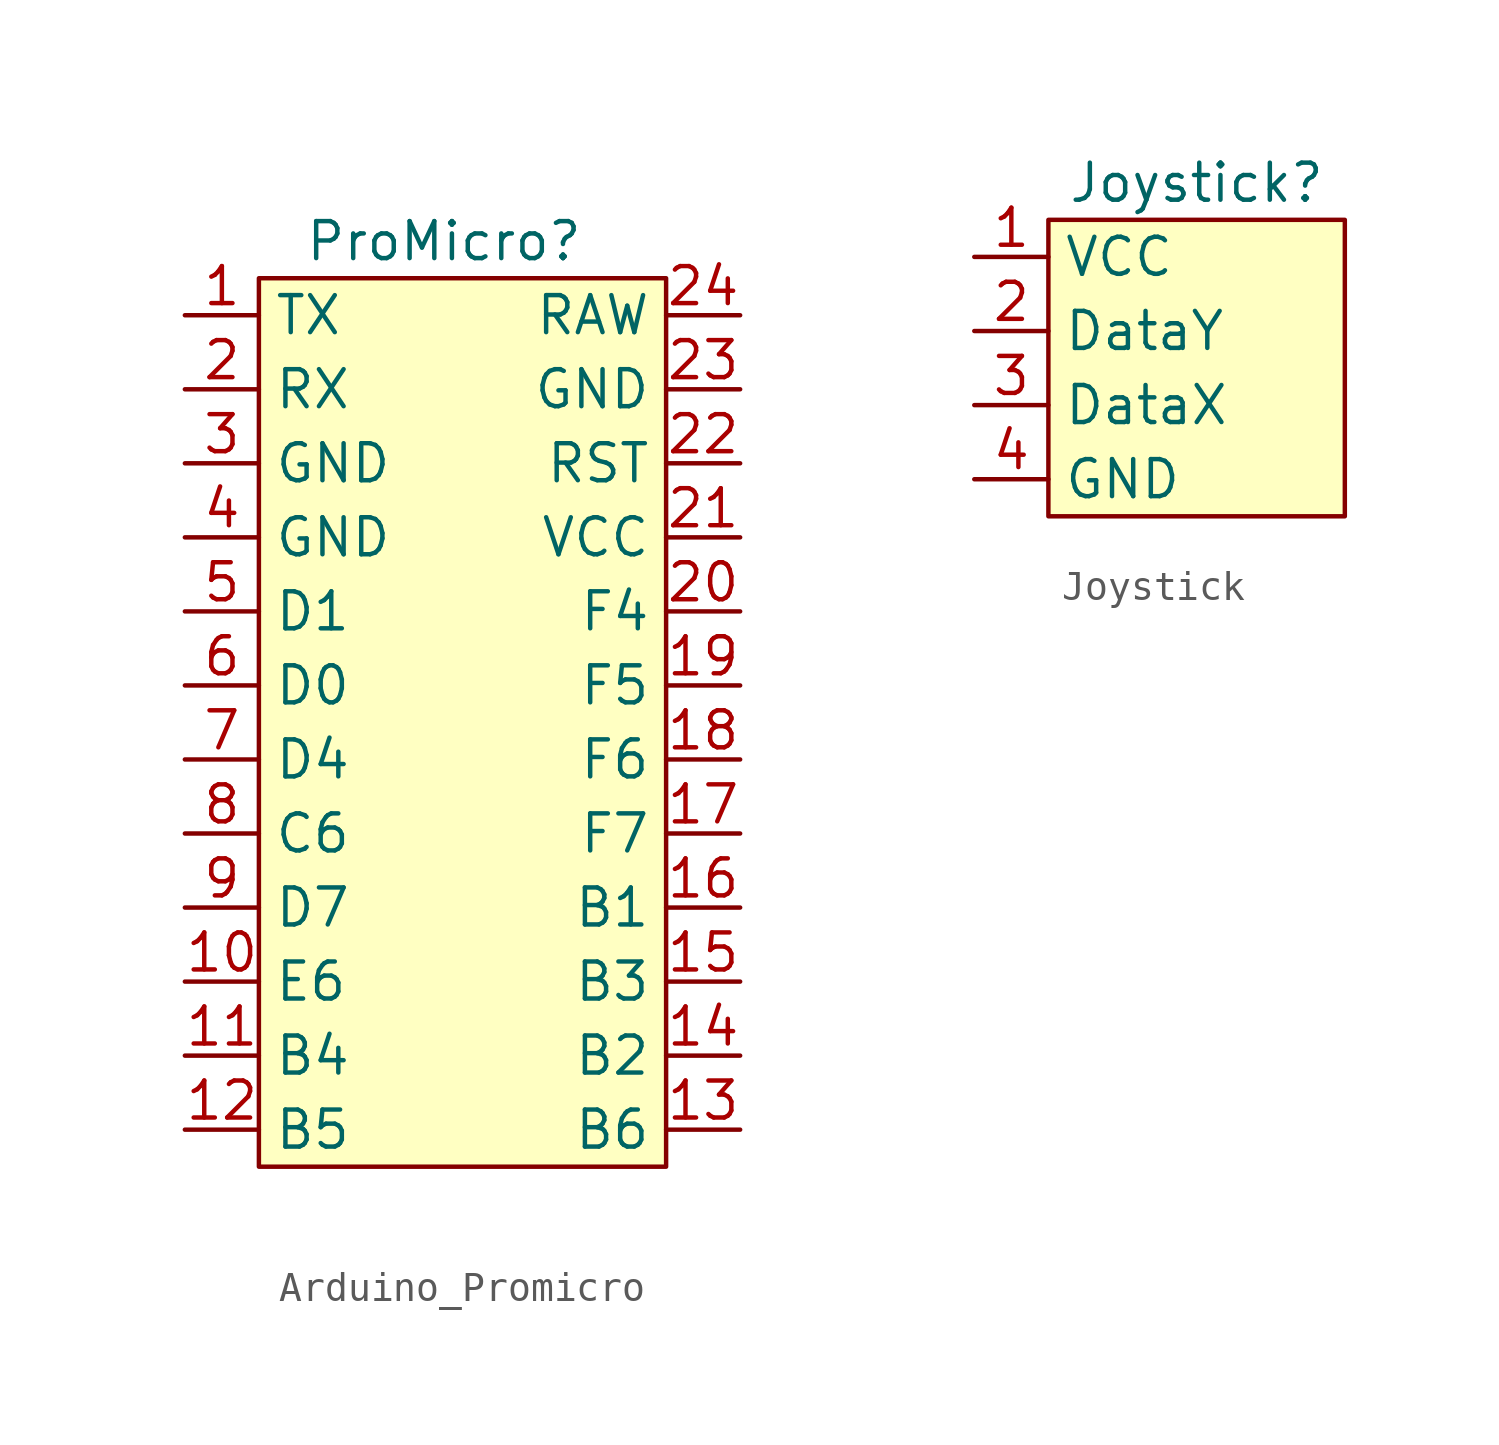
<source format=kicad_sym>
(kicad_symbol_lib
  (version 20231120)
  (generator "kicad_symbol_editor")
  (generator_version "8.0")
  (symbol "Arduino_Promicro"
    (property "Reference" "ProMicro"
      (at 6.35 31.75 0)
      (effects (font (size 1.27 1.27))))
    (property "Value" ""
      (at 0 3.81 0)
      (effects (font (size 1.27 1.27))))
    (symbol "Arduino_Promicro_0_1"
      (rectangle (start 0 30.48) (end 13.97 0) (stroke (width 0) (type default)) (fill (type background))))
    (symbol "Arduino_Promicro_1_1"
      (pin bidirectional line (at -2.54 29.21 0) (length 2.54) (name "TX" (effects (font (size 1.27 1.27)))) (number "1" (effects (font (size 1.27 1.27)))))
      (pin bidirectional line (at -2.54 6.35 0) (length 2.54) (name "E6" (effects (font (size 1.27 1.27)))) (number "10" (effects (font (size 1.27 1.27)))))
      (pin bidirectional line (at -2.54 3.81 0) (length 2.54) (name "B4" (effects (font (size 1.27 1.27)))) (number "11" (effects (font (size 1.27 1.27)))))
      (pin bidirectional line (at -2.54 1.27 0) (length 2.54) (name "B5" (effects (font (size 1.27 1.27)))) (number "12" (effects (font (size 1.27 1.27)))))
      (pin bidirectional line (at 16.51 1.27 180) (length 2.54) (name "B6" (effects (font (size 1.27 1.27)))) (number "13" (effects (font (size 1.27 1.27)))))
      (pin bidirectional line (at 16.51 3.81 180) (length 2.54) (name "B2" (effects (font (size 1.27 1.27)))) (number "14" (effects (font (size 1.27 1.27)))))
      (pin bidirectional line (at 16.51 6.35 180) (length 2.54) (name "B3" (effects (font (size 1.27 1.27)))) (number "15" (effects (font (size 1.27 1.27)))))
      (pin bidirectional line (at 16.51 8.89 180) (length 2.54) (name "B1" (effects (font (size 1.27 1.27)))) (number "16" (effects (font (size 1.27 1.27)))))
      (pin bidirectional line (at 16.51 11.43 180) (length 2.54) (name "F7" (effects (font (size 1.27 1.27)))) (number "17" (effects (font (size 1.27 1.27)))))
      (pin bidirectional line (at 16.51 13.97 180) (length 2.54) (name "F6" (effects (font (size 1.27 1.27)))) (number "18" (effects (font (size 1.27 1.27)))))
      (pin bidirectional line (at 16.51 16.51 180) (length 2.54) (name "F5" (effects (font (size 1.27 1.27)))) (number "19" (effects (font (size 1.27 1.27)))))
      (pin bidirectional line (at -2.54 26.67 0) (length 2.54) (name "RX" (effects (font (size 1.27 1.27)))) (number "2" (effects (font (size 1.27 1.27)))))
      (pin bidirectional line (at 16.51 19.05 180) (length 2.54) (name "F4" (effects (font (size 1.27 1.27)))) (number "20" (effects (font (size 1.27 1.27)))))
      (pin power_in line (at 16.51 21.59 180) (length 2.54) (name "VCC" (effects (font (size 1.27 1.27)))) (number "21" (effects (font (size 1.27 1.27)))))
      (pin bidirectional line (at 16.51 24.13 180) (length 2.54) (name "RST" (effects (font (size 1.27 1.27)))) (number "22" (effects (font (size 1.27 1.27)))))
      (pin bidirectional line (at 16.51 26.67 180) (length 2.54) (name "GND" (effects (font (size 1.27 1.27)))) (number "23" (effects (font (size 1.27 1.27)))))
      (pin bidirectional line (at 16.51 29.21 180) (length 2.54) (name "RAW" (effects (font (size 1.27 1.27)))) (number "24" (effects (font (size 1.27 1.27)))))
      (pin bidirectional line (at -2.54 24.13 0) (length 2.54) (name "GND" (effects (font (size 1.27 1.27)))) (number "3" (effects (font (size 1.27 1.27)))))
      (pin bidirectional line (at -2.54 21.59 0) (length 2.54) (name "GND" (effects (font (size 1.27 1.27)))) (number "4" (effects (font (size 1.27 1.27)))))
      (pin bidirectional line (at -2.54 19.05 0) (length 2.54) (name "D1" (effects (font (size 1.27 1.27)))) (number "5" (effects (font (size 1.27 1.27)))))
      (pin bidirectional line (at -2.54 16.51 0) (length 2.54) (name "D0" (effects (font (size 1.27 1.27)))) (number "6" (effects (font (size 1.27 1.27)))))
      (pin bidirectional line (at -2.54 13.97 0) (length 2.54) (name "D4" (effects (font (size 1.27 1.27)))) (number "7" (effects (font (size 1.27 1.27)))))
      (pin bidirectional line (at -2.54 11.43 0) (length 2.54) (name "C6" (effects (font (size 1.27 1.27)))) (number "8" (effects (font (size 1.27 1.27)))))
      (pin bidirectional line (at -2.54 8.89 0) (length 2.54) (name "D7" (effects (font (size 1.27 1.27)))) (number "9" (effects (font (size 1.27 1.27)))))))
  (symbol "Joystick"
    (property "Reference" "Joystick"
      (at 5.08 11.43 0)
      (effects (font (size 1.27 1.27))))
    (property "Value" ""
      (at 0 0 0)
      (effects (font (size 1.27 1.27))))
    (symbol "Joystick_1_1"
      (rectangle (start 0 10.16) (end 10.16 0) (stroke (width 0) (type solid)) (fill (type background)))
      (pin power_in line (at -2.54 8.89 0) (length 2.54) (name "VCC" (effects (font (size 1.27 1.27)))) (number "1" (effects (font (size 1.27 1.27)))))
      (pin output line (at -2.54 6.35 0) (length 2.54) (name "DataY" (effects (font (size 1.27 1.27)))) (number "2" (effects (font (size 1.27 1.27)))))
      (pin output line (at -2.54 3.81 0) (length 2.54) (name "DataX" (effects (font (size 1.27 1.27)))) (number "3" (effects (font (size 1.27 1.27)))))
      (pin bidirectional line (at -2.54 1.27 0) (length 2.54) (name "GND" (effects (font (size 1.27 1.27)))) (number "4" (effects (font (size 1.27 1.27))))))))
</source>
